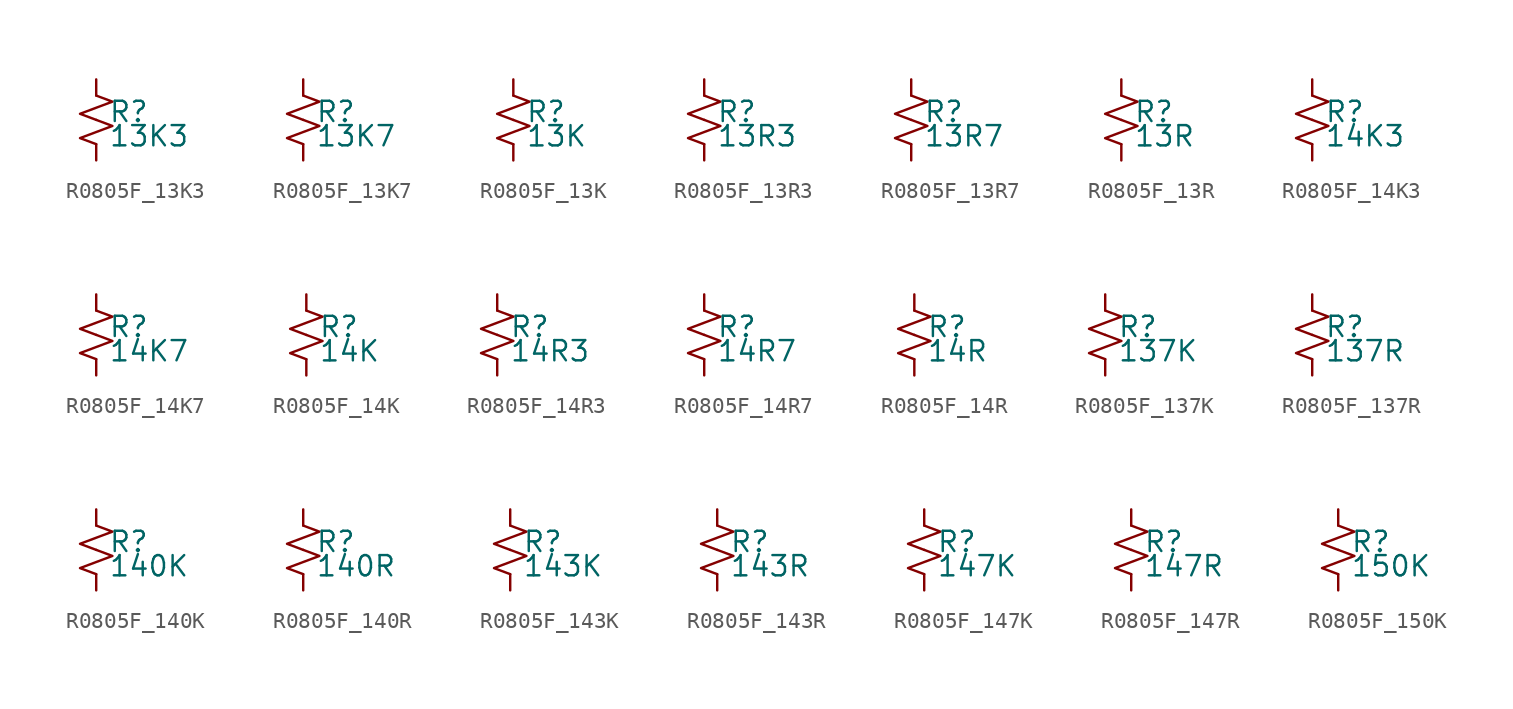
<source format=kicad_sym>
(kicad_symbol_lib
  (version 20220914)
  (generator kicad_symbol_editor)
  (symbol "R0805F_13K3"
    (pin_numbers hide)
    (pin_names
      (offset 0.254) hide)
    (property "Reference" "R"
      (at 0.762 0.508 0)
      (effects (font (size 1.27 1.27)) (justify left)))
    (property "Value" "13K3"
      (at 0.762 -1.016 0)
      (effects (font (size 1.27 1.27)) (justify left)))
    (symbol "R0805F_13K3_1_1"
      (polyline (pts (xy 0 0) (xy 1.016 -0.381) (xy 0 -0.762) (xy -1.016 -1.143) (xy 0 -1.524)) (stroke (width 0) (type default)) (fill (type none)))
      (polyline (pts (xy 0 1.524) (xy 1.016 1.143) (xy 0 0.762) (xy -1.016 0.381) (xy 0 0)) (stroke (width 0) (type default)) (fill (type none)))
      (pin passive line (at 0 2.54 270) (length 1.016) (name "~" (effects (font (size 1.27 1.27)))) (number "1" (effects (font (size 1.27 1.27)))))
      (pin passive line (at 0 -2.54 90) (length 1.016) (name "~" (effects (font (size 1.27 1.27)))) (number "2" (effects (font (size 1.27 1.27)))))))
  (symbol "R0805F_13K7"
    (pin_numbers hide)
    (pin_names
      (offset 0.254) hide)
    (property "Reference" "R"
      (at 0.762 0.508 0)
      (effects (font (size 1.27 1.27)) (justify left)))
    (property "Value" "13K7"
      (at 0.762 -1.016 0)
      (effects (font (size 1.27 1.27)) (justify left)))
    (symbol "R0805F_13K7_1_1"
      (polyline (pts (xy 0 0) (xy 1.016 -0.381) (xy 0 -0.762) (xy -1.016 -1.143) (xy 0 -1.524)) (stroke (width 0) (type default)) (fill (type none)))
      (polyline (pts (xy 0 1.524) (xy 1.016 1.143) (xy 0 0.762) (xy -1.016 0.381) (xy 0 0)) (stroke (width 0) (type default)) (fill (type none)))
      (pin passive line (at 0 2.54 270) (length 1.016) (name "~" (effects (font (size 1.27 1.27)))) (number "1" (effects (font (size 1.27 1.27)))))
      (pin passive line (at 0 -2.54 90) (length 1.016) (name "~" (effects (font (size 1.27 1.27)))) (number "2" (effects (font (size 1.27 1.27)))))))
  (symbol "R0805F_13K"
    (pin_numbers hide)
    (pin_names
      (offset 0.254) hide)
    (property "Reference" "R"
      (at 0.762 0.508 0)
      (effects (font (size 1.27 1.27)) (justify left)))
    (property "Value" "13K"
      (at 0.762 -1.016 0)
      (effects (font (size 1.27 1.27)) (justify left)))
    (symbol "R0805F_13K_1_1"
      (polyline (pts (xy 0 0) (xy 1.016 -0.381) (xy 0 -0.762) (xy -1.016 -1.143) (xy 0 -1.524)) (stroke (width 0) (type default)) (fill (type none)))
      (polyline (pts (xy 0 1.524) (xy 1.016 1.143) (xy 0 0.762) (xy -1.016 0.381) (xy 0 0)) (stroke (width 0) (type default)) (fill (type none)))
      (pin passive line (at 0 2.54 270) (length 1.016) (name "~" (effects (font (size 1.27 1.27)))) (number "1" (effects (font (size 1.27 1.27)))))
      (pin passive line (at 0 -2.54 90) (length 1.016) (name "~" (effects (font (size 1.27 1.27)))) (number "2" (effects (font (size 1.27 1.27)))))))
  (symbol "R0805F_13R3"
    (pin_numbers hide)
    (pin_names
      (offset 0.254) hide)
    (property "Reference" "R"
      (at 0.762 0.508 0)
      (effects (font (size 1.27 1.27)) (justify left)))
    (property "Value" "13R3"
      (at 0.762 -1.016 0)
      (effects (font (size 1.27 1.27)) (justify left)))
    (symbol "R0805F_13R3_1_1"
      (polyline (pts (xy 0 0) (xy 1.016 -0.381) (xy 0 -0.762) (xy -1.016 -1.143) (xy 0 -1.524)) (stroke (width 0) (type default)) (fill (type none)))
      (polyline (pts (xy 0 1.524) (xy 1.016 1.143) (xy 0 0.762) (xy -1.016 0.381) (xy 0 0)) (stroke (width 0) (type default)) (fill (type none)))
      (pin passive line (at 0 2.54 270) (length 1.016) (name "~" (effects (font (size 1.27 1.27)))) (number "1" (effects (font (size 1.27 1.27)))))
      (pin passive line (at 0 -2.54 90) (length 1.016) (name "~" (effects (font (size 1.27 1.27)))) (number "2" (effects (font (size 1.27 1.27)))))))
  (symbol "R0805F_13R7"
    (pin_numbers hide)
    (pin_names
      (offset 0.254) hide)
    (property "Reference" "R"
      (at 0.762 0.508 0)
      (effects (font (size 1.27 1.27)) (justify left)))
    (property "Value" "13R7"
      (at 0.762 -1.016 0)
      (effects (font (size 1.27 1.27)) (justify left)))
    (symbol "R0805F_13R7_1_1"
      (polyline (pts (xy 0 0) (xy 1.016 -0.381) (xy 0 -0.762) (xy -1.016 -1.143) (xy 0 -1.524)) (stroke (width 0) (type default)) (fill (type none)))
      (polyline (pts (xy 0 1.524) (xy 1.016 1.143) (xy 0 0.762) (xy -1.016 0.381) (xy 0 0)) (stroke (width 0) (type default)) (fill (type none)))
      (pin passive line (at 0 2.54 270) (length 1.016) (name "~" (effects (font (size 1.27 1.27)))) (number "1" (effects (font (size 1.27 1.27)))))
      (pin passive line (at 0 -2.54 90) (length 1.016) (name "~" (effects (font (size 1.27 1.27)))) (number "2" (effects (font (size 1.27 1.27)))))))
  (symbol "R0805F_13R"
    (pin_numbers hide)
    (pin_names
      (offset 0.254) hide)
    (property "Reference" "R"
      (at 0.762 0.508 0)
      (effects (font (size 1.27 1.27)) (justify left)))
    (property "Value" "13R"
      (at 0.762 -1.016 0)
      (effects (font (size 1.27 1.27)) (justify left)))
    (symbol "R0805F_13R_1_1"
      (polyline (pts (xy 0 0) (xy 1.016 -0.381) (xy 0 -0.762) (xy -1.016 -1.143) (xy 0 -1.524)) (stroke (width 0) (type default)) (fill (type none)))
      (polyline (pts (xy 0 1.524) (xy 1.016 1.143) (xy 0 0.762) (xy -1.016 0.381) (xy 0 0)) (stroke (width 0) (type default)) (fill (type none)))
      (pin passive line (at 0 2.54 270) (length 1.016) (name "~" (effects (font (size 1.27 1.27)))) (number "1" (effects (font (size 1.27 1.27)))))
      (pin passive line (at 0 -2.54 90) (length 1.016) (name "~" (effects (font (size 1.27 1.27)))) (number "2" (effects (font (size 1.27 1.27)))))))
  (symbol "R0805F_14K3"
    (pin_numbers hide)
    (pin_names
      (offset 0.254) hide)
    (property "Reference" "R"
      (at 0.762 0.508 0)
      (effects (font (size 1.27 1.27)) (justify left)))
    (property "Value" "14K3"
      (at 0.762 -1.016 0)
      (effects (font (size 1.27 1.27)) (justify left)))
    (symbol "R0805F_14K3_1_1"
      (polyline (pts (xy 0 0) (xy 1.016 -0.381) (xy 0 -0.762) (xy -1.016 -1.143) (xy 0 -1.524)) (stroke (width 0) (type default)) (fill (type none)))
      (polyline (pts (xy 0 1.524) (xy 1.016 1.143) (xy 0 0.762) (xy -1.016 0.381) (xy 0 0)) (stroke (width 0) (type default)) (fill (type none)))
      (pin passive line (at 0 2.54 270) (length 1.016) (name "~" (effects (font (size 1.27 1.27)))) (number "1" (effects (font (size 1.27 1.27)))))
      (pin passive line (at 0 -2.54 90) (length 1.016) (name "~" (effects (font (size 1.27 1.27)))) (number "2" (effects (font (size 1.27 1.27)))))))
  (symbol "R0805F_14K7"
    (pin_numbers hide)
    (pin_names
      (offset 0.254) hide)
    (property "Reference" "R"
      (at 0.762 0.508 0)
      (effects (font (size 1.27 1.27)) (justify left)))
    (property "Value" "14K7"
      (at 0.762 -1.016 0)
      (effects (font (size 1.27 1.27)) (justify left)))
    (symbol "R0805F_14K7_1_1"
      (polyline (pts (xy 0 0) (xy 1.016 -0.381) (xy 0 -0.762) (xy -1.016 -1.143) (xy 0 -1.524)) (stroke (width 0) (type default)) (fill (type none)))
      (polyline (pts (xy 0 1.524) (xy 1.016 1.143) (xy 0 0.762) (xy -1.016 0.381) (xy 0 0)) (stroke (width 0) (type default)) (fill (type none)))
      (pin passive line (at 0 2.54 270) (length 1.016) (name "~" (effects (font (size 1.27 1.27)))) (number "1" (effects (font (size 1.27 1.27)))))
      (pin passive line (at 0 -2.54 90) (length 1.016) (name "~" (effects (font (size 1.27 1.27)))) (number "2" (effects (font (size 1.27 1.27)))))))
  (symbol "R0805F_14K"
    (pin_numbers hide)
    (pin_names
      (offset 0.254) hide)
    (property "Reference" "R"
      (at 0.762 0.508 0)
      (effects (font (size 1.27 1.27)) (justify left)))
    (property "Value" "14K"
      (at 0.762 -1.016 0)
      (effects (font (size 1.27 1.27)) (justify left)))
    (symbol "R0805F_14K_1_1"
      (polyline (pts (xy 0 0) (xy 1.016 -0.381) (xy 0 -0.762) (xy -1.016 -1.143) (xy 0 -1.524)) (stroke (width 0) (type default)) (fill (type none)))
      (polyline (pts (xy 0 1.524) (xy 1.016 1.143) (xy 0 0.762) (xy -1.016 0.381) (xy 0 0)) (stroke (width 0) (type default)) (fill (type none)))
      (pin passive line (at 0 2.54 270) (length 1.016) (name "~" (effects (font (size 1.27 1.27)))) (number "1" (effects (font (size 1.27 1.27)))))
      (pin passive line (at 0 -2.54 90) (length 1.016) (name "~" (effects (font (size 1.27 1.27)))) (number "2" (effects (font (size 1.27 1.27)))))))
  (symbol "R0805F_14R3"
    (pin_numbers hide)
    (pin_names
      (offset 0.254) hide)
    (property "Reference" "R"
      (at 0.762 0.508 0)
      (effects (font (size 1.27 1.27)) (justify left)))
    (property "Value" "14R3"
      (at 0.762 -1.016 0)
      (effects (font (size 1.27 1.27)) (justify left)))
    (symbol "R0805F_14R3_1_1"
      (polyline (pts (xy 0 0) (xy 1.016 -0.381) (xy 0 -0.762) (xy -1.016 -1.143) (xy 0 -1.524)) (stroke (width 0) (type default)) (fill (type none)))
      (polyline (pts (xy 0 1.524) (xy 1.016 1.143) (xy 0 0.762) (xy -1.016 0.381) (xy 0 0)) (stroke (width 0) (type default)) (fill (type none)))
      (pin passive line (at 0 2.54 270) (length 1.016) (name "~" (effects (font (size 1.27 1.27)))) (number "1" (effects (font (size 1.27 1.27)))))
      (pin passive line (at 0 -2.54 90) (length 1.016) (name "~" (effects (font (size 1.27 1.27)))) (number "2" (effects (font (size 1.27 1.27)))))))
  (symbol "R0805F_14R7"
    (pin_numbers hide)
    (pin_names
      (offset 0.254) hide)
    (property "Reference" "R"
      (at 0.762 0.508 0)
      (effects (font (size 1.27 1.27)) (justify left)))
    (property "Value" "14R7"
      (at 0.762 -1.016 0)
      (effects (font (size 1.27 1.27)) (justify left)))
    (symbol "R0805F_14R7_1_1"
      (polyline (pts (xy 0 0) (xy 1.016 -0.381) (xy 0 -0.762) (xy -1.016 -1.143) (xy 0 -1.524)) (stroke (width 0) (type default)) (fill (type none)))
      (polyline (pts (xy 0 1.524) (xy 1.016 1.143) (xy 0 0.762) (xy -1.016 0.381) (xy 0 0)) (stroke (width 0) (type default)) (fill (type none)))
      (pin passive line (at 0 2.54 270) (length 1.016) (name "~" (effects (font (size 1.27 1.27)))) (number "1" (effects (font (size 1.27 1.27)))))
      (pin passive line (at 0 -2.54 90) (length 1.016) (name "~" (effects (font (size 1.27 1.27)))) (number "2" (effects (font (size 1.27 1.27)))))))
  (symbol "R0805F_14R"
    (pin_numbers hide)
    (pin_names
      (offset 0.254) hide)
    (property "Reference" "R"
      (at 0.762 0.508 0)
      (effects (font (size 1.27 1.27)) (justify left)))
    (property "Value" "14R"
      (at 0.762 -1.016 0)
      (effects (font (size 1.27 1.27)) (justify left)))
    (symbol "R0805F_14R_1_1"
      (polyline (pts (xy 0 0) (xy 1.016 -0.381) (xy 0 -0.762) (xy -1.016 -1.143) (xy 0 -1.524)) (stroke (width 0) (type default)) (fill (type none)))
      (polyline (pts (xy 0 1.524) (xy 1.016 1.143) (xy 0 0.762) (xy -1.016 0.381) (xy 0 0)) (stroke (width 0) (type default)) (fill (type none)))
      (pin passive line (at 0 2.54 270) (length 1.016) (name "~" (effects (font (size 1.27 1.27)))) (number "1" (effects (font (size 1.27 1.27)))))
      (pin passive line (at 0 -2.54 90) (length 1.016) (name "~" (effects (font (size 1.27 1.27)))) (number "2" (effects (font (size 1.27 1.27)))))))
  (symbol "R0805F_137K"
    (pin_numbers hide)
    (pin_names
      (offset 0.254) hide)
    (property "Reference" "R"
      (at 0.762 0.508 0)
      (effects (font (size 1.27 1.27)) (justify left)))
    (property "Value" "137K"
      (at 0.762 -1.016 0)
      (effects (font (size 1.27 1.27)) (justify left)))
    (symbol "R0805F_137K_1_1"
      (polyline (pts (xy 0 0) (xy 1.016 -0.381) (xy 0 -0.762) (xy -1.016 -1.143) (xy 0 -1.524)) (stroke (width 0) (type default)) (fill (type none)))
      (polyline (pts (xy 0 1.524) (xy 1.016 1.143) (xy 0 0.762) (xy -1.016 0.381) (xy 0 0)) (stroke (width 0) (type default)) (fill (type none)))
      (pin passive line (at 0 2.54 270) (length 1.016) (name "~" (effects (font (size 1.27 1.27)))) (number "1" (effects (font (size 1.27 1.27)))))
      (pin passive line (at 0 -2.54 90) (length 1.016) (name "~" (effects (font (size 1.27 1.27)))) (number "2" (effects (font (size 1.27 1.27)))))))
  (symbol "R0805F_137R"
    (pin_numbers hide)
    (pin_names
      (offset 0.254) hide)
    (property "Reference" "R"
      (at 0.762 0.508 0)
      (effects (font (size 1.27 1.27)) (justify left)))
    (property "Value" "137R"
      (at 0.762 -1.016 0)
      (effects (font (size 1.27 1.27)) (justify left)))
    (symbol "R0805F_137R_1_1"
      (polyline (pts (xy 0 0) (xy 1.016 -0.381) (xy 0 -0.762) (xy -1.016 -1.143) (xy 0 -1.524)) (stroke (width 0) (type default)) (fill (type none)))
      (polyline (pts (xy 0 1.524) (xy 1.016 1.143) (xy 0 0.762) (xy -1.016 0.381) (xy 0 0)) (stroke (width 0) (type default)) (fill (type none)))
      (pin passive line (at 0 2.54 270) (length 1.016) (name "~" (effects (font (size 1.27 1.27)))) (number "1" (effects (font (size 1.27 1.27)))))
      (pin passive line (at 0 -2.54 90) (length 1.016) (name "~" (effects (font (size 1.27 1.27)))) (number "2" (effects (font (size 1.27 1.27)))))))
  (symbol "R0805F_140K"
    (pin_numbers hide)
    (pin_names
      (offset 0.254) hide)
    (property "Reference" "R"
      (at 0.762 0.508 0)
      (effects (font (size 1.27 1.27)) (justify left)))
    (property "Value" "140K"
      (at 0.762 -1.016 0)
      (effects (font (size 1.27 1.27)) (justify left)))
    (symbol "R0805F_140K_1_1"
      (polyline (pts (xy 0 0) (xy 1.016 -0.381) (xy 0 -0.762) (xy -1.016 -1.143) (xy 0 -1.524)) (stroke (width 0) (type default)) (fill (type none)))
      (polyline (pts (xy 0 1.524) (xy 1.016 1.143) (xy 0 0.762) (xy -1.016 0.381) (xy 0 0)) (stroke (width 0) (type default)) (fill (type none)))
      (pin passive line (at 0 2.54 270) (length 1.016) (name "~" (effects (font (size 1.27 1.27)))) (number "1" (effects (font (size 1.27 1.27)))))
      (pin passive line (at 0 -2.54 90) (length 1.016) (name "~" (effects (font (size 1.27 1.27)))) (number "2" (effects (font (size 1.27 1.27)))))))
  (symbol "R0805F_140R"
    (pin_numbers hide)
    (pin_names
      (offset 0.254) hide)
    (property "Reference" "R"
      (at 0.762 0.508 0)
      (effects (font (size 1.27 1.27)) (justify left)))
    (property "Value" "140R"
      (at 0.762 -1.016 0)
      (effects (font (size 1.27 1.27)) (justify left)))
    (symbol "R0805F_140R_1_1"
      (polyline (pts (xy 0 0) (xy 1.016 -0.381) (xy 0 -0.762) (xy -1.016 -1.143) (xy 0 -1.524)) (stroke (width 0) (type default)) (fill (type none)))
      (polyline (pts (xy 0 1.524) (xy 1.016 1.143) (xy 0 0.762) (xy -1.016 0.381) (xy 0 0)) (stroke (width 0) (type default)) (fill (type none)))
      (pin passive line (at 0 2.54 270) (length 1.016) (name "~" (effects (font (size 1.27 1.27)))) (number "1" (effects (font (size 1.27 1.27)))))
      (pin passive line (at 0 -2.54 90) (length 1.016) (name "~" (effects (font (size 1.27 1.27)))) (number "2" (effects (font (size 1.27 1.27)))))))
  (symbol "R0805F_143K"
    (pin_numbers hide)
    (pin_names
      (offset 0.254) hide)
    (property "Reference" "R"
      (at 0.762 0.508 0)
      (effects (font (size 1.27 1.27)) (justify left)))
    (property "Value" "143K"
      (at 0.762 -1.016 0)
      (effects (font (size 1.27 1.27)) (justify left)))
    (symbol "R0805F_143K_1_1"
      (polyline (pts (xy 0 0) (xy 1.016 -0.381) (xy 0 -0.762) (xy -1.016 -1.143) (xy 0 -1.524)) (stroke (width 0) (type default)) (fill (type none)))
      (polyline (pts (xy 0 1.524) (xy 1.016 1.143) (xy 0 0.762) (xy -1.016 0.381) (xy 0 0)) (stroke (width 0) (type default)) (fill (type none)))
      (pin passive line (at 0 2.54 270) (length 1.016) (name "~" (effects (font (size 1.27 1.27)))) (number "1" (effects (font (size 1.27 1.27)))))
      (pin passive line (at 0 -2.54 90) (length 1.016) (name "~" (effects (font (size 1.27 1.27)))) (number "2" (effects (font (size 1.27 1.27)))))))
  (symbol "R0805F_143R"
    (pin_numbers hide)
    (pin_names
      (offset 0.254) hide)
    (property "Reference" "R"
      (at 0.762 0.508 0)
      (effects (font (size 1.27 1.27)) (justify left)))
    (property "Value" "143R"
      (at 0.762 -1.016 0)
      (effects (font (size 1.27 1.27)) (justify left)))
    (symbol "R0805F_143R_1_1"
      (polyline (pts (xy 0 0) (xy 1.016 -0.381) (xy 0 -0.762) (xy -1.016 -1.143) (xy 0 -1.524)) (stroke (width 0) (type default)) (fill (type none)))
      (polyline (pts (xy 0 1.524) (xy 1.016 1.143) (xy 0 0.762) (xy -1.016 0.381) (xy 0 0)) (stroke (width 0) (type default)) (fill (type none)))
      (pin passive line (at 0 2.54 270) (length 1.016) (name "~" (effects (font (size 1.27 1.27)))) (number "1" (effects (font (size 1.27 1.27)))))
      (pin passive line (at 0 -2.54 90) (length 1.016) (name "~" (effects (font (size 1.27 1.27)))) (number "2" (effects (font (size 1.27 1.27)))))))
  (symbol "R0805F_147K"
    (pin_numbers hide)
    (pin_names
      (offset 0.254) hide)
    (property "Reference" "R"
      (at 0.762 0.508 0)
      (effects (font (size 1.27 1.27)) (justify left)))
    (property "Value" "147K"
      (at 0.762 -1.016 0)
      (effects (font (size 1.27 1.27)) (justify left)))
    (symbol "R0805F_147K_1_1"
      (polyline (pts (xy 0 0) (xy 1.016 -0.381) (xy 0 -0.762) (xy -1.016 -1.143) (xy 0 -1.524)) (stroke (width 0) (type default)) (fill (type none)))
      (polyline (pts (xy 0 1.524) (xy 1.016 1.143) (xy 0 0.762) (xy -1.016 0.381) (xy 0 0)) (stroke (width 0) (type default)) (fill (type none)))
      (pin passive line (at 0 2.54 270) (length 1.016) (name "~" (effects (font (size 1.27 1.27)))) (number "1" (effects (font (size 1.27 1.27)))))
      (pin passive line (at 0 -2.54 90) (length 1.016) (name "~" (effects (font (size 1.27 1.27)))) (number "2" (effects (font (size 1.27 1.27)))))))
  (symbol "R0805F_147R"
    (pin_numbers hide)
    (pin_names
      (offset 0.254) hide)
    (property "Reference" "R"
      (at 0.762 0.508 0)
      (effects (font (size 1.27 1.27)) (justify left)))
    (property "Value" "147R"
      (at 0.762 -1.016 0)
      (effects (font (size 1.27 1.27)) (justify left)))
    (symbol "R0805F_147R_1_1"
      (polyline (pts (xy 0 0) (xy 1.016 -0.381) (xy 0 -0.762) (xy -1.016 -1.143) (xy 0 -1.524)) (stroke (width 0) (type default)) (fill (type none)))
      (polyline (pts (xy 0 1.524) (xy 1.016 1.143) (xy 0 0.762) (xy -1.016 0.381) (xy 0 0)) (stroke (width 0) (type default)) (fill (type none)))
      (pin passive line (at 0 2.54 270) (length 1.016) (name "~" (effects (font (size 1.27 1.27)))) (number "1" (effects (font (size 1.27 1.27)))))
      (pin passive line (at 0 -2.54 90) (length 1.016) (name "~" (effects (font (size 1.27 1.27)))) (number "2" (effects (font (size 1.27 1.27)))))))
  (symbol "R0805F_150K"
    (pin_numbers hide)
    (pin_names
      (offset 0.254) hide)
    (property "Reference" "R"
      (at 0.762 0.508 0)
      (effects (font (size 1.27 1.27)) (justify left)))
    (property "Value" "150K"
      (at 0.762 -1.016 0)
      (effects (font (size 1.27 1.27)) (justify left)))
    (symbol "R0805F_150K_1_1"
      (polyline (pts (xy 0 0) (xy 1.016 -0.381) (xy 0 -0.762) (xy -1.016 -1.143) (xy 0 -1.524)) (stroke (width 0) (type default)) (fill (type none)))
      (polyline (pts (xy 0 1.524) (xy 1.016 1.143) (xy 0 0.762) (xy -1.016 0.381) (xy 0 0)) (stroke (width 0) (type default)) (fill (type none)))
      (pin passive line (at 0 2.54 270) (length 1.016) (name "~" (effects (font (size 1.27 1.27)))) (number "1" (effects (font (size 1.27 1.27)))))
      (pin passive line (at 0 -2.54 90) (length 1.016) (name "~" (effects (font (size 1.27 1.27)))) (number "2" (effects (font (size 1.27 1.27))))))))
</source>
